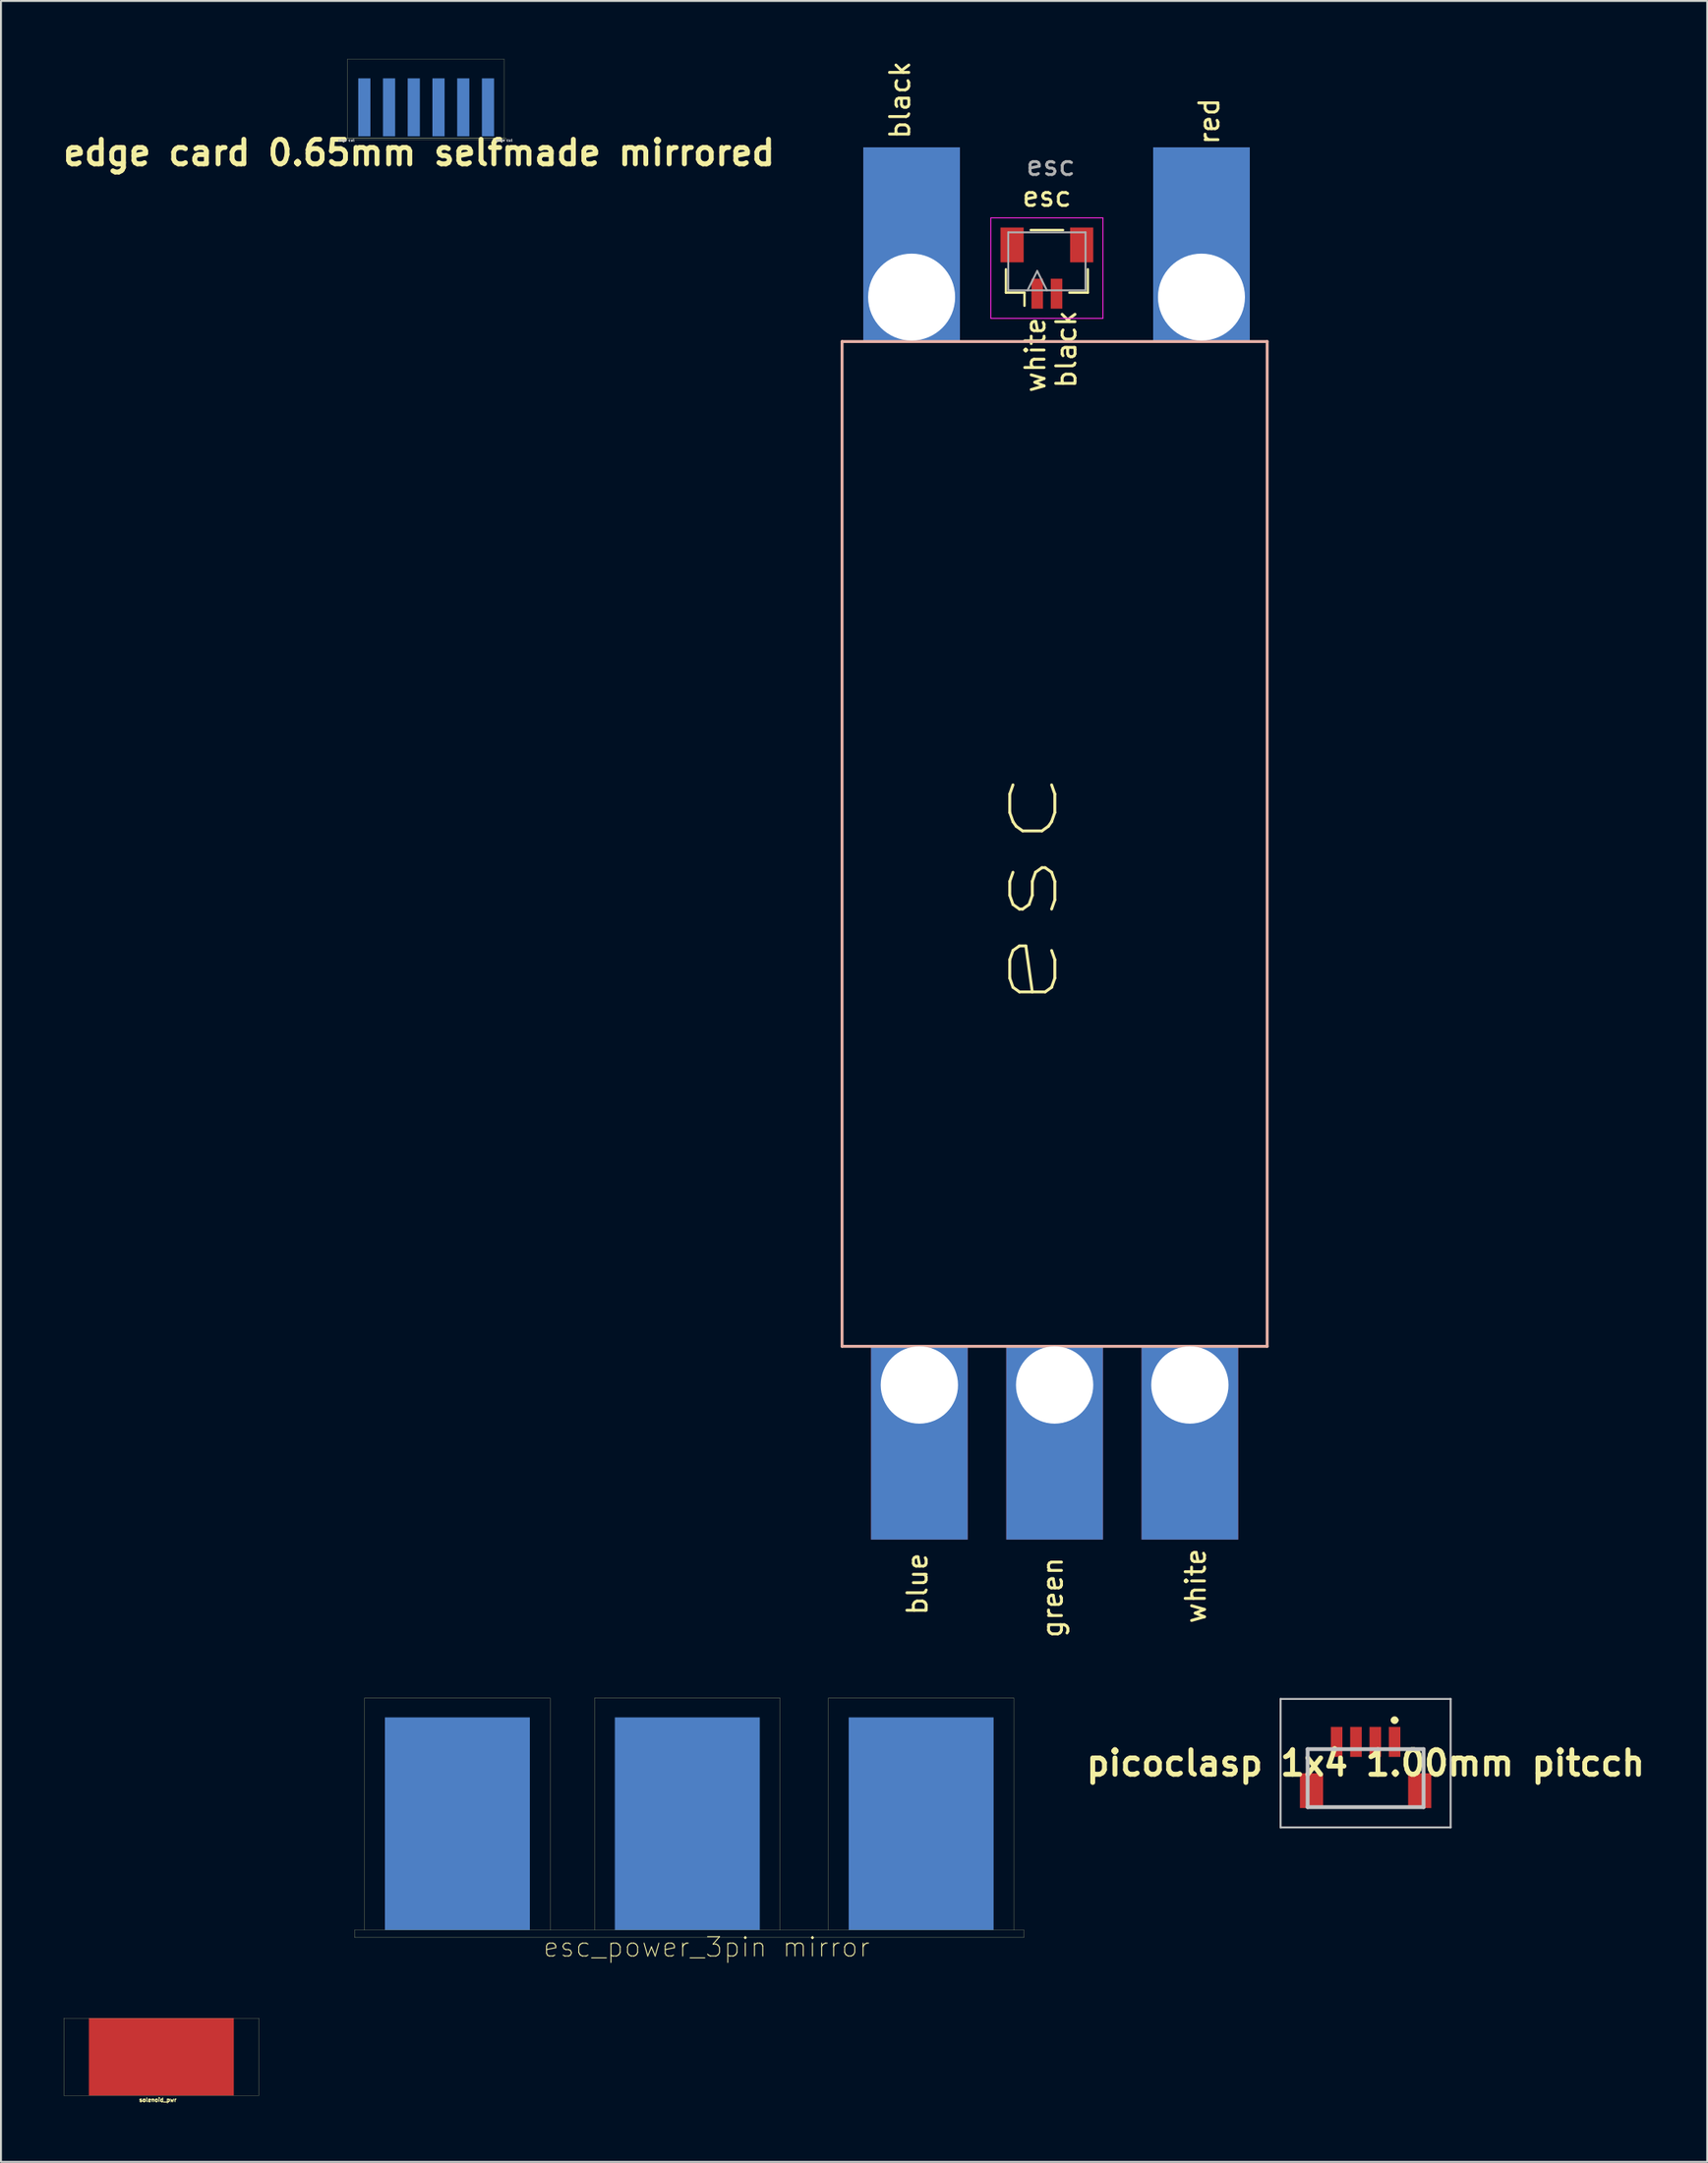
<source format=kicad_pcb>
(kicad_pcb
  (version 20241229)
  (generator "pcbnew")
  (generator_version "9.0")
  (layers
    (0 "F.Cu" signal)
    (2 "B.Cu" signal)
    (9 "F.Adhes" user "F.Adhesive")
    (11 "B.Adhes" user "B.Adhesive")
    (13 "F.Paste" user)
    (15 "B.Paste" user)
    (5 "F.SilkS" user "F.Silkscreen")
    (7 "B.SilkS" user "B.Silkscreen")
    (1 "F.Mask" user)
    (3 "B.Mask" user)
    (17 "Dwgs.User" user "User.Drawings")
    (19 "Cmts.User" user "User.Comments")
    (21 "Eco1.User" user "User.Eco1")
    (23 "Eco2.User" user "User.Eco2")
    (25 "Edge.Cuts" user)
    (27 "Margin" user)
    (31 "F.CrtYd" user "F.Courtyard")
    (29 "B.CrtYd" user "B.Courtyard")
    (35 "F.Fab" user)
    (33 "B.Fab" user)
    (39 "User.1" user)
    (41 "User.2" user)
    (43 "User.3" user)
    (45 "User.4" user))
  (footprint "picoclasp 1x4 1.00mm pitcch"
    (layer "F.Cu")
    (at 67.623 87.471)
    (property "Reference" "picoclasp 1x4 1.00mm pitcch" (at 0 0.725 0) (layer "F.SilkS") (effects (font (size 1.27 1.27) (thickness 0.254))))
    (attr smd)
    (fp_line (start -3 0) (end -3 1) (stroke (width 0.1) (type solid)) (layer "F.SilkS"))
    (fp_line (start -2 0) (end -3 0) (stroke (width 0.1) (type solid)) (layer "F.SilkS"))
    (fp_line (start -2 3) (end 2 3) (stroke (width 0.1) (type solid)) (layer "F.SilkS"))
    (fp_line (start 1.4 -1.5) (end 1.4 -1.5) (stroke (width 0.2) (type solid)) (layer "F.SilkS"))
    (fp_line (start 1.6 -1.5) (end 1.6 -1.5) (stroke (width 0.2) (type solid)) (layer "F.SilkS"))
    (fp_line (start 2 0) (end 3 0) (stroke (width 0.1) (type solid)) (layer "F.SilkS"))
    (fp_line (start 3 0) (end 3 1) (stroke (width 0.1) (type solid)) (layer "F.SilkS"))
    (fp_arc (start 1.4 -1.5) (mid 1.5 -1.6) (end 1.6 -1.5) (stroke (width 0.2) (type solid)) (layer "F.SilkS"))
    (fp_arc (start 1.6 -1.5) (mid 1.5 -1.4) (end 1.4 -1.5) (stroke (width 0.2) (type solid)) (layer "F.SilkS"))
    (fp_line (start -4.4 -2.6) (end 4.4 -2.6) (stroke (width 0.1) (type solid)) (layer "Dwgs.User"))
    (fp_line (start -4.4 4.05) (end -4.4 -2.6) (stroke (width 0.1) (type solid)) (layer "Dwgs.User"))
    (fp_line (start -3 0) (end 3 0) (stroke (width 0.2) (type solid)) (layer "Dwgs.User"))
    (fp_line (start -3 3) (end -3 0) (stroke (width 0.2) (type solid)) (layer "Dwgs.User"))
    (fp_line (start 3 0) (end 3 3) (stroke (width 0.2) (type solid)) (layer "Dwgs.User"))
    (fp_line (start 3 3) (end -3 3) (stroke (width 0.2) (type solid)) (layer "Dwgs.User"))
    (fp_line (start 4.4 -2.6) (end 4.4 4.05) (stroke (width 0.1) (type solid)) (layer "Dwgs.User"))
    (fp_line (start 4.4 4.05) (end -4.4 4.05) (stroke (width 0.1) (type solid)) (layer "Dwgs.User"))
    (pad "1" smd rect (at 1.5 -0.375) (size 0.6 1.55) (layers "F.Cu" "F.Mask" "F.Paste"))
    (pad "2" smd rect (at 0.5 -0.375) (size 0.6 1.55) (layers "F.Cu" "F.Mask" "F.Paste"))
    (pad "3" smd rect (at -0.5 -0.375) (size 0.6 1.55) (layers "F.Cu" "F.Mask" "F.Paste"))
    (pad "4" smd rect (at -1.5 -0.375) (size 0.6 1.55) (layers "F.Cu" "F.Mask" "F.Paste"))
    (pad "5" smd rect (at 2.8 2.15) (size 1.2 1.8) (layers "F.Cu" "F.Mask" "F.Paste"))
    (pad "6" smd rect (at -2.8 2.15) (size 1.2 1.8) (layers "F.Cu" "F.Mask" "F.Paste")))
  (footprint "esc"
    (layer "F.Cu")
    (at 40.528 66.625)
    (property "Reference" "esc" (at 10.6 -59.5 0) (layer "F.SilkS") (effects (font (size 1 1) (thickness 0.15))))
    (attr smd)
    (fp_line (start 8.48 -54.53) (end 8.48 -55.74) (stroke (width 0.12) (type solid)) (layer "F.SilkS"))
    (fp_line (start 9.44 -54.53) (end 8.48 -54.53) (stroke (width 0.12) (type solid)) (layer "F.SilkS"))
    (fp_line (start 9.44 -53.85) (end 9.44 -54.53) (stroke (width 0.12) (type solid)) (layer "F.SilkS"))
    (fp_line (start 9.76 -57.77) (end 11.44 -57.77) (stroke (width 0.12) (type solid)) (layer "F.SilkS"))
    (fp_line (start 11.76 -54.53) (end 12.72 -54.53) (stroke (width 0.12) (type solid)) (layer "F.SilkS"))
    (fp_line (start 12.72 -54.53) (end 12.72 -55.74) (stroke (width 0.12) (type solid)) (layer "F.SilkS"))
    (fp_line (start 0 -52) (end 22 -52) (stroke (width 0.15) (type solid)) (layer "B.SilkS"))
    (fp_line (start 0 0) (end 0 -52) (stroke (width 0.15) (type solid)) (layer "B.SilkS"))
    (fp_line (start 22 -52) (end 22 0) (stroke (width 0.15) (type solid)) (layer "B.SilkS"))
    (fp_line (start 22 0) (end 0 0) (stroke (width 0.15) (type solid)) (layer "B.SilkS"))
    (fp_line (start 7.7 -58.4) (end 7.7 -53.2) (stroke (width 0.05) (type solid)) (layer "F.CrtYd"))
    (fp_line (start 7.7 -53.2) (end 13.5 -53.2) (stroke (width 0.05) (type solid)) (layer "F.CrtYd"))
    (fp_line (start 13.5 -58.4) (end 7.7 -58.4) (stroke (width 0.05) (type solid)) (layer "F.CrtYd"))
    (fp_line (start 13.5 -53.2) (end 13.5 -58.4) (stroke (width 0.05) (type solid)) (layer "F.CrtYd"))
    (fp_line (start 8.6 -57.65) (end 8.6 -54.65) (stroke (width 0.1) (type solid)) (layer "F.Fab"))
    (fp_line (start 8.6 -54.65) (end 12.6 -54.65) (stroke (width 0.1) (type solid)) (layer "F.Fab"))
    (fp_line (start 10.1 -55.65) (end 9.6 -54.65) (stroke (width 0.1) (type solid)) (layer "F.Fab"))
    (fp_line (start 10.6 -54.65) (end 10.1 -55.65) (stroke (width 0.1) (type solid)) (layer "F.Fab"))
    (fp_line (start 12.6 -57.65) (end 8.6 -57.65) (stroke (width 0.1) (type solid)) (layer "F.Fab"))
    (fp_line (start 12.6 -54.65) (end 12.6 -57.65) (stroke (width 0.1) (type solid)) (layer "F.Fab"))
    (fp_text user "esc" (at 9.4 -23.7 90) (layer "F.SilkS") (effects (font (size 3.5 5) (thickness 0.15))))
    (fp_text user "green" (at 10.9 13 90) (layer "F.SilkS") (effects (font (size 1 1) (thickness 0.15))))
    (fp_text user "red" (at 19 -63.4 90) (layer "F.SilkS") (effects (font (size 1 1) (thickness 0.15))))
    (fp_text user "white" (at 18.3 12.4 90) (layer "F.SilkS") (effects (font (size 1 1) (thickness 0.15))))
    (fp_text user "black" (at 3 -64.5 90) (layer "F.SilkS") (effects (font (size 1 1) (thickness 0.15))))
    (fp_text user "blue" (at 3.9 12.3 90) (layer "F.SilkS") (effects (font (size 1 1) (thickness 0.15))))
    (fp_text user "black" (at 11.6 -51.6 90) (layer "F.SilkS") (effects (font (size 1 1) (thickness 0.15))))
    (fp_text user "white" (at 10 -51.3 90) (layer "F.SilkS") (effects (font (size 1 1) (thickness 0.15))))
    (fp_text user "${REFERENCE}" (at 10.8 -61.1 180) (layer "F.Fab") (effects (font (size 1 1) (thickness 0.15))))
    (pad "" smd rect (at 8.8 -57 90) (size 1.8 1.2) (layers "F.Cu" "F.Mask" "F.Paste"))
    (pad "" smd rect (at 12.4 -57 90) (size 1.8 1.2) (layers "F.Cu" "F.Mask" "F.Paste"))
    (pad "1" thru_hole rect (at 4 2) (size 5 10) (drill 4 (offset 0 3)) (layers "*.Cu" "*.Mask"))
    (pad "2" thru_hole rect (at 11 2) (size 5 10) (drill 4 (offset 0 3)) (layers "*.Cu" "*.Mask"))
    (pad "3" thru_hole rect (at 18 2) (size 5 10) (drill 4 (offset 0 3)) (layers "*.Cu" "F.Mask"))
    (pad "4" smd rect (at 10.1 -54.475 90) (size 1.55 0.6) (layers "F.Cu" "F.Mask" "F.Paste"))
    (pad "5" smd rect (at 11.1 -54.475 90) (size 1.55 0.6) (layers "F.Cu" "F.Mask" "F.Paste"))
    (pad "6" thru_hole rect (at 18.6 -54.3 180) (size 5 10) (drill 4.5 (offset 0 2.75)) (layers "*.Cu" "*.Mask"))
    (pad "7" thru_hole rect (at 3.6 -54.3 180) (size 5 10) (drill 4.5 (offset 0 2.75)) (layers "*.Cu" "*.Mask")))
  (footprint "edge card 0.65mm selfmade mirrored"
    (layer "F.Cu")
    (at 14.939 4.105)
    (property "Reference" "edge card 0.65mm selfmade mirrored" (at 3.7 0.75 0) (layer "F.SilkS") (effects (font (size 1.27 1.27) (thickness 0.254))))
    (attr through_hole)
    (fp_line (start -0.1 0) (end 8.2 0) (stroke (width 0.01) (type solid)) (layer "F.SilkS"))
    (fp_line (start -0.1 0.07) (end -0.1 0) (stroke (width 0.01) (type solid)) (layer "F.SilkS"))
    (fp_line (start 0 -4.1) (end 0 0) (stroke (width 0.01) (type solid)) (layer "F.SilkS"))
    (fp_line (start 0 -4.1) (end 8.1 -4.1) (stroke (width 0.01) (type solid)) (layer "F.SilkS"))
    (fp_line (start 0 0) (end 8.1 0) (stroke (width 0.01) (type solid)) (layer "F.SilkS"))
    (fp_line (start 8.1 0) (end 8.1 -4.1) (stroke (width 0.01) (type solid)) (layer "F.SilkS"))
    (fp_line (start 8.2 0) (end 8.2 0.07) (stroke (width 0.01) (type solid)) (layer "F.SilkS"))
    (fp_line (start 8.2 0.07) (end -0.1 0.07) (stroke (width 0.01) (type solid)) (layer "F.SilkS"))
    (fp_text user "edge cut" (at -0.07 0.1 0) (layer "Dwgs.User") (effects (font (size 0.127 0.127) (thickness 0.032))))
    (fp_text user "edge cut" (at 8.11 0.1 0) (layer "Dwgs.User") (effects (font (size 0.127 0.127) (thickness 0.032))))
    (pad "1" connect rect (at 0.865 -1.6) (size 0.63 3) (layers "F.Mask" "B.Cu"))
    (pad "2" connect rect (at 2.145 -1.6) (size 0.63 3) (layers "F.Mask" "B.Cu"))
    (pad "3" connect rect (at 3.425 -1.6) (size 0.63 3) (layers "B.Cu" "B.Mask"))
    (pad "4" connect rect (at 4.705 -1.6) (size 0.63 3) (layers "F.Mask" "B.Cu"))
    (pad "5" smd rect (at 5.985 -1.6) (size 0.63 3) (layers "B.Cu" "B.Mask"))
    (pad "6" connect rect (at 7.265 -1.6) (size 0.63 3) (layers "B.Cu" "B.Mask")))
  (footprint "esc_power_3pin mirror"
    (layer "F.Cu")
    (at 0.25 96.826)
    (property "Reference" "esc_power_3pin mirror" (at 33.27 0.89 0) (layer "F.SilkS") (effects (font (size 1 1) (thickness 0.05))))
    (attr through_hole)
    (fp_line (start 15.05 0) (end 15.05 0.39) (stroke (width 0.01) (type solid)) (layer "F.SilkS"))
    (fp_line (start 15.05 0) (end 15.57 0) (stroke (width 0.01) (type solid)) (layer "F.SilkS"))
    (fp_line (start 15.05 0.39) (end 49.69 0.39) (stroke (width 0.01) (type solid)) (layer "F.SilkS"))
    (fp_line (start 15.57 0) (end 15.57 -12) (stroke (width 0.01) (type solid)) (layer "F.SilkS"))
    (fp_line (start 25.17 -12) (end 15.57 -12) (stroke (width 0.01) (type solid)) (layer "F.SilkS"))
    (fp_line (start 25.17 0) (end 15.57 0) (stroke (width 0.01) (type solid)) (layer "F.SilkS"))
    (fp_line (start 25.17 0) (end 25.17 -12) (stroke (width 0.01) (type solid)) (layer "F.SilkS"))
    (fp_line (start 25.17 0) (end 26.97 0) (stroke (width 0.01) (type solid)) (layer "F.SilkS"))
    (fp_line (start 27.47 0) (end 27.47 -12) (stroke (width 0.01) (type solid)) (layer "F.SilkS"))
    (fp_line (start 37.07 -12) (end 27.47 -12) (stroke (width 0.01) (type solid)) (layer "F.SilkS"))
    (fp_line (start 37.07 0) (end 26.97 0) (stroke (width 0.01) (type solid)) (layer "F.SilkS"))
    (fp_line (start 37.07 0) (end 37.07 -12) (stroke (width 0.01) (type solid)) (layer "F.SilkS"))
    (fp_line (start 39.07 0) (end 37.07 0) (stroke (width 0.01) (type solid)) (layer "F.SilkS"))
    (fp_line (start 39.57 -12) (end 49.17 -12) (stroke (width 0.01) (type solid)) (layer "F.SilkS"))
    (fp_line (start 39.57 0) (end 39.57 -12) (stroke (width 0.01) (type solid)) (layer "F.SilkS"))
    (fp_line (start 49.17 -12) (end 49.17 0) (stroke (width 0.01) (type solid)) (layer "F.SilkS"))
    (fp_line (start 49.17 0) (end 39.07 0) (stroke (width 0.01) (type solid)) (layer "F.SilkS"))
    (fp_line (start 49.17 0) (end 49.69 0) (stroke (width 0.01) (type solid)) (layer "F.SilkS"))
    (fp_line (start 49.69 0) (end 49.69 0.39) (stroke (width 0.01) (type solid)) (layer "F.SilkS"))
    (pad "1" smd rect (at 44.37 -5.5) (size 7.5 11) (layers "B.Cu" "B.Mask" "B.Adhes"))
    (pad "2" smd rect (at 32.27 -5.5) (size 7.5 11) (layers "B.Cu" "B.Mask" "B.Adhes"))
    (pad "3" smd rect (at 20.37 -5.5) (size 7.5 11) (layers "B.Cu" "B.Mask" "B.Adhes")))
  (footprint "solenoid_pwr"
    (layer "F.Cu")
    (at 0.25 105.394)
    (property "Reference" "solenoid_pwr" (at 4.87 0.23 0) (layer "F.SilkS") (effects (font (size 0.2 0.2) (thickness 0.05))))
    (attr through_hole)
    (fp_line (start 0 -4) (end 0 0) (stroke (width 0.01) (type solid)) (layer "F.SilkS"))
    (fp_line (start 0 0) (end 10.1 0) (stroke (width 0.01) (type solid)) (layer "F.SilkS"))
    (fp_line (start 10.1 -4) (end 0 -4) (stroke (width 0.01) (type solid)) (layer "F.SilkS"))
    (fp_line (start 10.1 0) (end 10.1 -4) (stroke (width 0.01) (type solid)) (layer "F.SilkS"))
    (pad "1" smd rect (at 5.05 -2) (size 7.5 4) (layers "F.Cu" "F.Mask" "B.Adhes")))
  (gr_rect
    (start -3 -3)
    (end 85.3 108.829)
    (stroke (width 0.1) (type default))
    (fill no)
    (layer "Edge.Cuts")))
</source>
